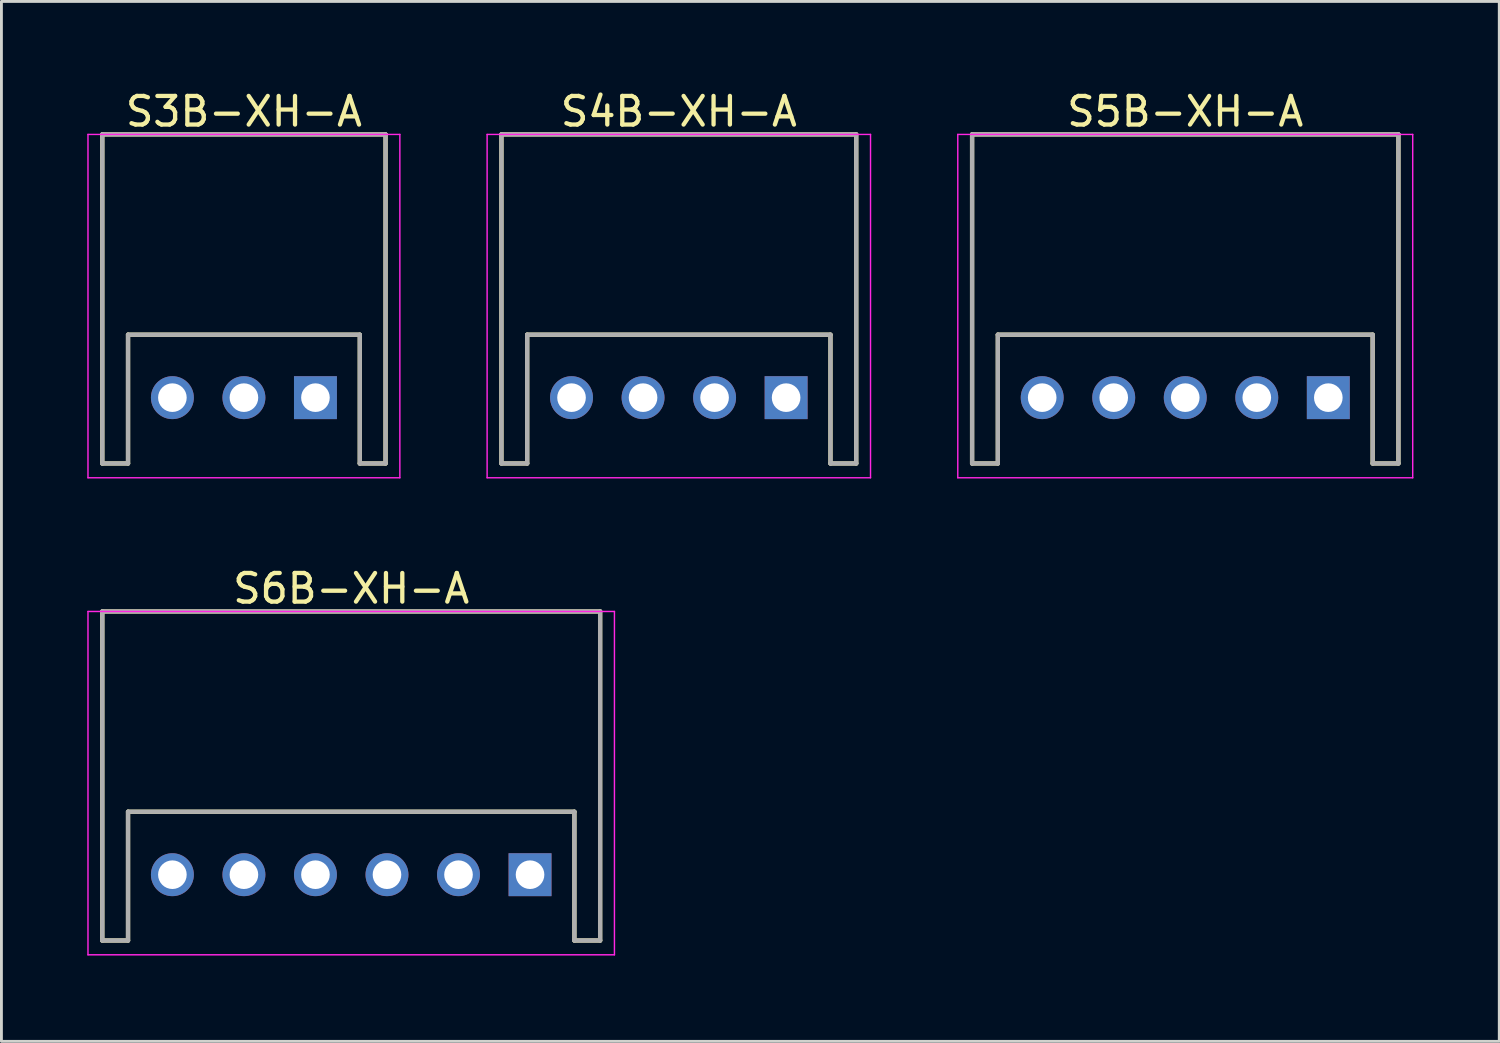
<source format=kicad_pcb>
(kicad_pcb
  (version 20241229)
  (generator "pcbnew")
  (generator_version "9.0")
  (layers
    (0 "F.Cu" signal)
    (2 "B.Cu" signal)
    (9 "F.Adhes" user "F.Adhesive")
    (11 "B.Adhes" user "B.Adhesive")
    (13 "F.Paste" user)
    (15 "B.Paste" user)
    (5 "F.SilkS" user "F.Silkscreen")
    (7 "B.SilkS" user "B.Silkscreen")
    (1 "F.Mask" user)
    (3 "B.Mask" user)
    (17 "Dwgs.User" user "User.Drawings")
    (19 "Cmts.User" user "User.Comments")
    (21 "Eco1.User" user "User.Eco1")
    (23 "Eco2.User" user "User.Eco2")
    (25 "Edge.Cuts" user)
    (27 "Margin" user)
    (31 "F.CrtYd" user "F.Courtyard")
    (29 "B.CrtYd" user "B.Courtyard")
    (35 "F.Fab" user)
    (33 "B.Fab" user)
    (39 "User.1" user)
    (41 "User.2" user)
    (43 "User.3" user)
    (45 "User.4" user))
  (footprint "S6B-XH-A"
    (layer "F.Cu")
    (at 9.225 27.521)
    (property "Reference" "S6B-XH-A" (at 0 -10 0) (layer "F.SilkS") (effects (font (size 1 1) (thickness 0.15))))
    (attr smd)
    (fp_line (start -8.7 -9.2) (end -8.7 2.3) (stroke (width 0.15) (type solid)) (layer "F.SilkS"))
    (fp_line (start -8.7 -9.2) (end 8.7 -9.2) (stroke (width 0.15) (type solid)) (layer "F.SilkS"))
    (fp_line (start -8.7 2.3) (end -7.8 2.3) (stroke (width 0.15) (type solid)) (layer "F.SilkS"))
    (fp_line (start -7.8 -2.2) (end -7.8 2.3) (stroke (width 0.15) (type solid)) (layer "F.SilkS"))
    (fp_line (start -7.8 -2.2) (end 7.8 -2.2) (stroke (width 0.15) (type solid)) (layer "F.SilkS"))
    (fp_line (start 7.8 -2.2) (end 7.8 2.3) (stroke (width 0.15) (type solid)) (layer "F.SilkS"))
    (fp_line (start 7.8 2.3) (end 8.7 2.3) (stroke (width 0.15) (type solid)) (layer "F.SilkS"))
    (fp_line (start 8.7 -9.2) (end 8.7 2.3) (stroke (width 0.15) (type solid)) (layer "F.SilkS"))
    (fp_line (start -9.2 -9.2) (end -9.2 2.8) (stroke (width 0.05) (type solid)) (layer "F.CrtYd"))
    (fp_line (start -9.2 -9.2) (end 9.2 -9.2) (stroke (width 0.05) (type solid)) (layer "F.CrtYd"))
    (fp_line (start -9.2 2.8) (end 9.2 2.8) (stroke (width 0.05) (type solid)) (layer "F.CrtYd"))
    (fp_line (start 9.2 -9.2) (end 9.2 2.8) (stroke (width 0.05) (type solid)) (layer "F.CrtYd"))
    (fp_line (start -8.7 -9.2) (end -8.7 2.3) (stroke (width 0.15) (type solid)) (layer "F.Fab"))
    (fp_line (start -8.7 -9.2) (end 8.7 -9.2) (stroke (width 0.15) (type solid)) (layer "F.Fab"))
    (fp_line (start -8.7 2.3) (end -7.8 2.3) (stroke (width 0.15) (type solid)) (layer "F.Fab"))
    (fp_line (start -7.8 -2.2) (end -7.8 2.3) (stroke (width 0.15) (type solid)) (layer "F.Fab"))
    (fp_line (start -7.8 -2.2) (end 7.8 -2.2) (stroke (width 0.15) (type solid)) (layer "F.Fab"))
    (fp_line (start 7.8 -2.2) (end 7.8 2.3) (stroke (width 0.15) (type solid)) (layer "F.Fab"))
    (fp_line (start 7.8 2.3) (end 8.7 2.3) (stroke (width 0.15) (type solid)) (layer "F.Fab"))
    (fp_line (start 8.7 -9.2) (end 8.7 2.3) (stroke (width 0.15) (type solid)) (layer "F.Fab"))
    (pad "1" thru_hole rect (at 6.25 0 180) (size 1.5 1.5) (drill 1) (layers "*.Cu" "*.Mask"))
    (pad "2" thru_hole circle (at 3.75 0 180) (size 1.5 1.5) (drill 1) (layers "*.Cu" "*.Mask"))
    (pad "3" thru_hole circle (at 1.25 0 180) (size 1.5 1.5) (drill 1) (layers "*.Cu" "*.Mask"))
    (pad "4" thru_hole circle (at -1.25 0 180) (size 1.5 1.5) (drill 1) (layers "*.Cu" "*.Mask"))
    (pad "5" thru_hole circle (at -3.75 0 180) (size 1.5 1.5) (drill 1) (layers "*.Cu" "*.Mask"))
    (pad "6" thru_hole circle (at -6.25 0 180) (size 1.5 1.5) (drill 1) (layers "*.Cu" "*.Mask")))
  (footprint "S5B-XH-A"
    (layer "F.Cu")
    (at 38.375 10.848)
    (property "Reference" "S5B-XH-A" (at 0 -10 0) (layer "F.SilkS") (effects (font (size 1 1) (thickness 0.15))))
    (attr smd)
    (fp_line (start -7.45 -9.2) (end -7.45 2.3) (stroke (width 0.15) (type solid)) (layer "F.SilkS"))
    (fp_line (start -7.45 -9.2) (end 7.45 -9.2) (stroke (width 0.15) (type solid)) (layer "F.SilkS"))
    (fp_line (start -7.45 2.3) (end -6.55 2.3) (stroke (width 0.15) (type solid)) (layer "F.SilkS"))
    (fp_line (start -6.55 -2.2) (end -6.55 2.3) (stroke (width 0.15) (type solid)) (layer "F.SilkS"))
    (fp_line (start -6.55 -2.2) (end 6.55 -2.2) (stroke (width 0.15) (type solid)) (layer "F.SilkS"))
    (fp_line (start 6.55 -2.2) (end 6.55 2.3) (stroke (width 0.15) (type solid)) (layer "F.SilkS"))
    (fp_line (start 6.55 2.3) (end 7.45 2.3) (stroke (width 0.15) (type solid)) (layer "F.SilkS"))
    (fp_line (start 7.45 -9.2) (end 7.45 2.3) (stroke (width 0.15) (type solid)) (layer "F.SilkS"))
    (fp_line (start -7.95 -9.2) (end -7.95 2.8) (stroke (width 0.05) (type solid)) (layer "F.CrtYd"))
    (fp_line (start -7.95 -9.2) (end 7.95 -9.2) (stroke (width 0.05) (type solid)) (layer "F.CrtYd"))
    (fp_line (start -7.95 2.8) (end 7.95 2.8) (stroke (width 0.05) (type solid)) (layer "F.CrtYd"))
    (fp_line (start 7.95 -9.2) (end 7.95 2.8) (stroke (width 0.05) (type solid)) (layer "F.CrtYd"))
    (fp_line (start -7.45 -9.2) (end -7.45 2.3) (stroke (width 0.15) (type solid)) (layer "F.Fab"))
    (fp_line (start -7.45 -9.2) (end 7.45 -9.2) (stroke (width 0.15) (type solid)) (layer "F.Fab"))
    (fp_line (start -7.45 2.3) (end -6.55 2.3) (stroke (width 0.15) (type solid)) (layer "F.Fab"))
    (fp_line (start -6.55 -2.2) (end -6.55 2.3) (stroke (width 0.15) (type solid)) (layer "F.Fab"))
    (fp_line (start -6.55 -2.2) (end 6.55 -2.2) (stroke (width 0.15) (type solid)) (layer "F.Fab"))
    (fp_line (start 6.55 -2.2) (end 6.55 2.3) (stroke (width 0.15) (type solid)) (layer "F.Fab"))
    (fp_line (start 6.55 2.3) (end 7.45 2.3) (stroke (width 0.15) (type solid)) (layer "F.Fab"))
    (fp_line (start 7.45 -9.2) (end 7.45 2.3) (stroke (width 0.15) (type solid)) (layer "F.Fab"))
    (pad "1" thru_hole rect (at 5 0 180) (size 1.5 1.5) (drill 1) (layers "*.Cu" "*.Mask"))
    (pad "2" thru_hole circle (at 2.5 0 180) (size 1.5 1.5) (drill 1) (layers "*.Cu" "*.Mask"))
    (pad "3" thru_hole circle (at 0 0 180) (size 1.5 1.5) (drill 1) (layers "*.Cu" "*.Mask"))
    (pad "4" thru_hole circle (at -2.5 0 180) (size 1.5 1.5) (drill 1) (layers "*.Cu" "*.Mask"))
    (pad "5" thru_hole circle (at -5 0 180) (size 1.5 1.5) (drill 1) (layers "*.Cu" "*.Mask")))
  (footprint "S4B-XH-A"
    (layer "F.Cu")
    (at 20.675 10.848)
    (property "Reference" "S4B-XH-A" (at 0 -10 0) (layer "F.SilkS") (effects (font (size 1 1) (thickness 0.15))))
    (attr smd)
    (fp_line (start -6.2 -9.2) (end -6.2 2.3) (stroke (width 0.15) (type solid)) (layer "F.SilkS"))
    (fp_line (start -6.2 -9.2) (end 6.2 -9.2) (stroke (width 0.15) (type solid)) (layer "F.SilkS"))
    (fp_line (start -6.2 2.3) (end -5.3 2.3) (stroke (width 0.15) (type solid)) (layer "F.SilkS"))
    (fp_line (start -5.3 -2.2) (end -5.3 2.3) (stroke (width 0.15) (type solid)) (layer "F.SilkS"))
    (fp_line (start -5.3 -2.2) (end 5.3 -2.2) (stroke (width 0.15) (type solid)) (layer "F.SilkS"))
    (fp_line (start 5.3 -2.2) (end 5.3 2.3) (stroke (width 0.15) (type solid)) (layer "F.SilkS"))
    (fp_line (start 5.3 2.3) (end 6.2 2.3) (stroke (width 0.15) (type solid)) (layer "F.SilkS"))
    (fp_line (start 6.2 -9.2) (end 6.2 2.3) (stroke (width 0.15) (type solid)) (layer "F.SilkS"))
    (fp_line (start -6.7 -9.2) (end -6.7 2.8) (stroke (width 0.05) (type solid)) (layer "F.CrtYd"))
    (fp_line (start -6.7 -9.2) (end 6.7 -9.2) (stroke (width 0.05) (type solid)) (layer "F.CrtYd"))
    (fp_line (start -6.7 2.8) (end 6.7 2.8) (stroke (width 0.05) (type solid)) (layer "F.CrtYd"))
    (fp_line (start 6.7 -9.2) (end 6.7 2.8) (stroke (width 0.05) (type solid)) (layer "F.CrtYd"))
    (fp_line (start -6.2 -9.2) (end -6.2 2.3) (stroke (width 0.15) (type solid)) (layer "F.Fab"))
    (fp_line (start -6.2 -9.2) (end 6.2 -9.2) (stroke (width 0.15) (type solid)) (layer "F.Fab"))
    (fp_line (start -6.2 2.3) (end -5.3 2.3) (stroke (width 0.15) (type solid)) (layer "F.Fab"))
    (fp_line (start -5.3 -2.2) (end -5.3 2.3) (stroke (width 0.15) (type solid)) (layer "F.Fab"))
    (fp_line (start -5.3 -2.2) (end 5.3 -2.2) (stroke (width 0.15) (type solid)) (layer "F.Fab"))
    (fp_line (start 5.3 -2.2) (end 5.3 2.3) (stroke (width 0.15) (type solid)) (layer "F.Fab"))
    (fp_line (start 5.3 2.3) (end 6.2 2.3) (stroke (width 0.15) (type solid)) (layer "F.Fab"))
    (fp_line (start 6.2 -9.2) (end 6.2 2.3) (stroke (width 0.15) (type solid)) (layer "F.Fab"))
    (pad "1" thru_hole rect (at 3.75 0 180) (size 1.5 1.5) (drill 1) (layers "*.Cu" "*.Mask"))
    (pad "2" thru_hole circle (at 1.25 0 180) (size 1.5 1.5) (drill 1) (layers "*.Cu" "*.Mask"))
    (pad "3" thru_hole circle (at -1.25 0 180) (size 1.5 1.5) (drill 1) (layers "*.Cu" "*.Mask"))
    (pad "4" thru_hole circle (at -3.75 0 180) (size 1.5 1.5) (drill 1) (layers "*.Cu" "*.Mask")))
  (footprint "S3B-XH-A"
    (layer "F.Cu")
    (at 5.475 10.848)
    (property "Reference" "S3B-XH-A" (at 0 -10 0) (layer "F.SilkS") (effects (font (size 1 1) (thickness 0.15))))
    (attr smd)
    (fp_line (start -4.95 -9.2) (end -4.95 2.3) (stroke (width 0.15) (type solid)) (layer "F.SilkS"))
    (fp_line (start -4.95 -9.2) (end 4.95 -9.2) (stroke (width 0.15) (type solid)) (layer "F.SilkS"))
    (fp_line (start -4.95 2.3) (end -4.05 2.3) (stroke (width 0.15) (type solid)) (layer "F.SilkS"))
    (fp_line (start -4.05 -2.2) (end -4.05 2.3) (stroke (width 0.15) (type solid)) (layer "F.SilkS"))
    (fp_line (start -4.05 -2.2) (end 4.05 -2.2) (stroke (width 0.15) (type solid)) (layer "F.SilkS"))
    (fp_line (start 4.05 -2.2) (end 4.05 2.3) (stroke (width 0.15) (type solid)) (layer "F.SilkS"))
    (fp_line (start 4.05 2.3) (end 4.95 2.3) (stroke (width 0.15) (type solid)) (layer "F.SilkS"))
    (fp_line (start 4.95 -9.2) (end 4.95 2.3) (stroke (width 0.15) (type solid)) (layer "F.SilkS"))
    (fp_line (start -5.45 -9.2) (end -5.45 2.8) (stroke (width 0.05) (type solid)) (layer "F.CrtYd"))
    (fp_line (start -5.45 -9.2) (end 5.45 -9.2) (stroke (width 0.05) (type solid)) (layer "F.CrtYd"))
    (fp_line (start -5.45 2.8) (end 5.45 2.8) (stroke (width 0.05) (type solid)) (layer "F.CrtYd"))
    (fp_line (start 5.45 -9.2) (end 5.45 2.8) (stroke (width 0.05) (type solid)) (layer "F.CrtYd"))
    (fp_line (start -4.95 -9.2) (end -4.95 2.3) (stroke (width 0.15) (type solid)) (layer "F.Fab"))
    (fp_line (start -4.95 -9.2) (end 4.95 -9.2) (stroke (width 0.15) (type solid)) (layer "F.Fab"))
    (fp_line (start -4.95 2.3) (end -4.05 2.3) (stroke (width 0.15) (type solid)) (layer "F.Fab"))
    (fp_line (start -4.05 -2.2) (end -4.05 2.3) (stroke (width 0.15) (type solid)) (layer "F.Fab"))
    (fp_line (start -4.05 -2.2) (end 4.05 -2.2) (stroke (width 0.15) (type solid)) (layer "F.Fab"))
    (fp_line (start 4.05 -2.2) (end 4.05 2.3) (stroke (width 0.15) (type solid)) (layer "F.Fab"))
    (fp_line (start 4.05 2.3) (end 4.95 2.3) (stroke (width 0.15) (type solid)) (layer "F.Fab"))
    (fp_line (start 4.95 -9.2) (end 4.95 2.3) (stroke (width 0.15) (type solid)) (layer "F.Fab"))
    (pad "1" thru_hole rect (at 2.5 0 180) (size 1.5 1.5) (drill 1) (layers "*.Cu" "*.Mask"))
    (pad "2" thru_hole circle (at 0 0 180) (size 1.5 1.5) (drill 1) (layers "*.Cu" "*.Mask"))
    (pad "3" thru_hole circle (at -2.5 0 180) (size 1.5 1.5) (drill 1) (layers "*.Cu" "*.Mask")))
  (gr_rect
    (start -3 -3)
    (end 49.35 33.346)
    (stroke (width 0.1) (type default))
    (fill no)
    (layer "Edge.Cuts")))
</source>
